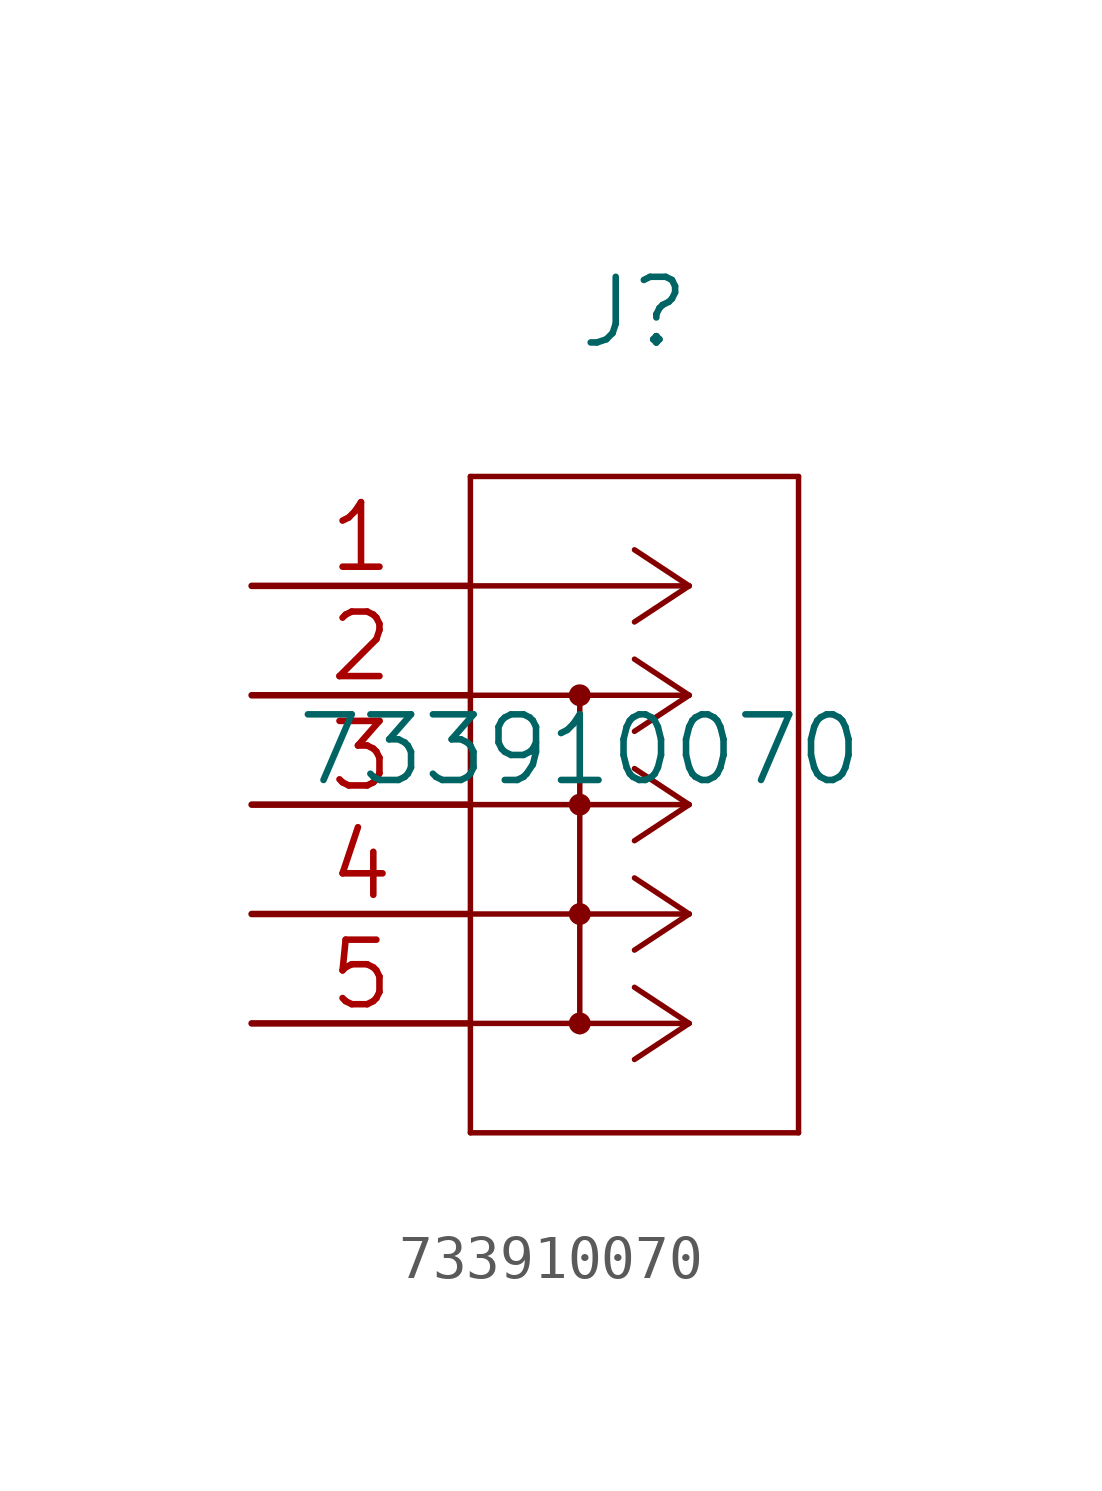
<source format=kicad_sym>
(kicad_symbol_lib
  (version 20211014)
  (generator kicad_symbol_editor)
  (symbol "733910070"
    (pin_names
      (offset 0.254) hide)
    (property "Reference" "J"
      (at 8.89 6.35 0)
      (effects (font (size 1.524 1.524))))
    (property "Value" "733910070"
      (at 7.62 -3.81 0)
      (effects (font (size 1.524 1.524))))
    (property "Datasheet" ""
      (at 0 0 0)
      (effects (font (size 1.524 1.524))))
    (property "ki_locked" ""
      (at 0 0 0)
      (effects (font (size 1.27 1.27))))
    (symbol "733910070_1_1"
      (polyline (pts (xy 5.08 -12.7) (xy 12.7 -12.7)) (stroke (width 0.127) (type default) (color 0 0 0 0)) (fill (type none)))
      (polyline (pts (xy 5.08 2.54) (xy 5.08 -12.7)) (stroke (width 0.127) (type default) (color 0 0 0 0)) (fill (type none)))
      (polyline (pts (xy 7.62 -2.54) (xy 7.62 -10.16)) (stroke (width 0.127) (type default) (color 0 0 0 0)) (fill (type none)))
      (polyline (pts (xy 10.16 -10.16) (xy 5.08 -10.16)) (stroke (width 0.127) (type default) (color 0 0 0 0)) (fill (type none)))
      (polyline (pts (xy 10.16 -10.16) (xy 8.89 -10.998)) (stroke (width 0.127) (type default) (color 0 0 0 0)) (fill (type none)))
      (polyline (pts (xy 10.16 -10.16) (xy 8.89 -9.322)) (stroke (width 0.127) (type default) (color 0 0 0 0)) (fill (type none)))
      (polyline (pts (xy 10.16 -7.62) (xy 5.08 -7.62)) (stroke (width 0.127) (type default) (color 0 0 0 0)) (fill (type none)))
      (polyline (pts (xy 10.16 -7.62) (xy 8.89 -8.458)) (stroke (width 0.127) (type default) (color 0 0 0 0)) (fill (type none)))
      (polyline (pts (xy 10.16 -7.62) (xy 8.89 -6.782)) (stroke (width 0.127) (type default) (color 0 0 0 0)) (fill (type none)))
      (polyline (pts (xy 10.16 -5.08) (xy 5.08 -5.08)) (stroke (width 0.127) (type default) (color 0 0 0 0)) (fill (type none)))
      (polyline (pts (xy 10.16 -5.08) (xy 8.89 -5.918)) (stroke (width 0.127) (type default) (color 0 0 0 0)) (fill (type none)))
      (polyline (pts (xy 10.16 -5.08) (xy 8.89 -4.242)) (stroke (width 0.127) (type default) (color 0 0 0 0)) (fill (type none)))
      (polyline (pts (xy 10.16 -2.54) (xy 5.08 -2.54)) (stroke (width 0.127) (type default) (color 0 0 0 0)) (fill (type none)))
      (polyline (pts (xy 10.16 -2.54) (xy 8.89 -3.378)) (stroke (width 0.127) (type default) (color 0 0 0 0)) (fill (type none)))
      (polyline (pts (xy 10.16 -2.54) (xy 8.89 -1.702)) (stroke (width 0.127) (type default) (color 0 0 0 0)) (fill (type none)))
      (polyline (pts (xy 10.16 0) (xy 5.08 0)) (stroke (width 0.127) (type default) (color 0 0 0 0)) (fill (type none)))
      (polyline (pts (xy 10.16 0) (xy 8.89 -0.838)) (stroke (width 0.127) (type default) (color 0 0 0 0)) (fill (type none)))
      (polyline (pts (xy 10.16 0) (xy 8.89 0.838)) (stroke (width 0.127) (type default) (color 0 0 0 0)) (fill (type none)))
      (polyline (pts (xy 12.7 -12.7) (xy 12.7 2.54)) (stroke (width 0.127) (type default) (color 0 0 0 0)) (fill (type none)))
      (polyline (pts (xy 12.7 2.54) (xy 5.08 2.54)) (stroke (width 0.127) (type default) (color 0 0 0 0)) (fill (type none)))
      (arc (start 7.62 -10.287) (mid 7.62 -10.033) (end 7.62 -10.287) (stroke (width 0.254) (type default) (color 0 0 0 0)) (fill (type none)))
      (circle (center 7.62 -10.16) (radius 0.127) (stroke (width 0.254) (type default) (color 0 0 0 0)) (fill (type none)))
      (arc (start 7.62 -7.747) (mid 7.62 -7.493) (end 7.62 -7.747) (stroke (width 0.254) (type default) (color 0 0 0 0)) (fill (type none)))
      (circle (center 7.62 -7.62) (radius 0.127) (stroke (width 0.254) (type default) (color 0 0 0 0)) (fill (type none)))
      (arc (start 7.62 -5.207) (mid 7.62 -4.953) (end 7.62 -5.207) (stroke (width 0.254) (type default) (color 0 0 0 0)) (fill (type none)))
      (circle (center 7.62 -5.08) (radius 0.127) (stroke (width 0.254) (type default) (color 0 0 0 0)) (fill (type none)))
      (arc (start 7.62 -2.667) (mid 7.62 -2.413) (end 7.62 -2.667) (stroke (width 0.254) (type default) (color 0 0 0 0)) (fill (type none)))
      (circle (center 7.62 -2.54) (radius 0.127) (stroke (width 0.254) (type default) (color 0 0 0 0)) (fill (type none)))
      (pin passive line (at 0 0 0) (length 5.08) (name "1" (effects (font (size 1.499 1.499)))) (number "1" (effects (font (size 1.499 1.499)))))
      (pin passive line (at 0 -2.54 0) (length 5.08) (name "2" (effects (font (size 1.499 1.499)))) (number "2" (effects (font (size 1.499 1.499)))))
      (pin passive line (at 0 -5.08 0) (length 5.08) (name "3" (effects (font (size 1.499 1.499)))) (number "3" (effects (font (size 1.499 1.499)))))
      (pin passive line (at 0 -7.62 0) (length 5.08) (name "4" (effects (font (size 1.499 1.499)))) (number "4" (effects (font (size 1.499 1.499)))))
      (pin passive line (at 0 -10.16 0) (length 5.08) (name "5" (effects (font (size 1.499 1.499)))) (number "5" (effects (font (size 1.499 1.499))))))))
</source>
